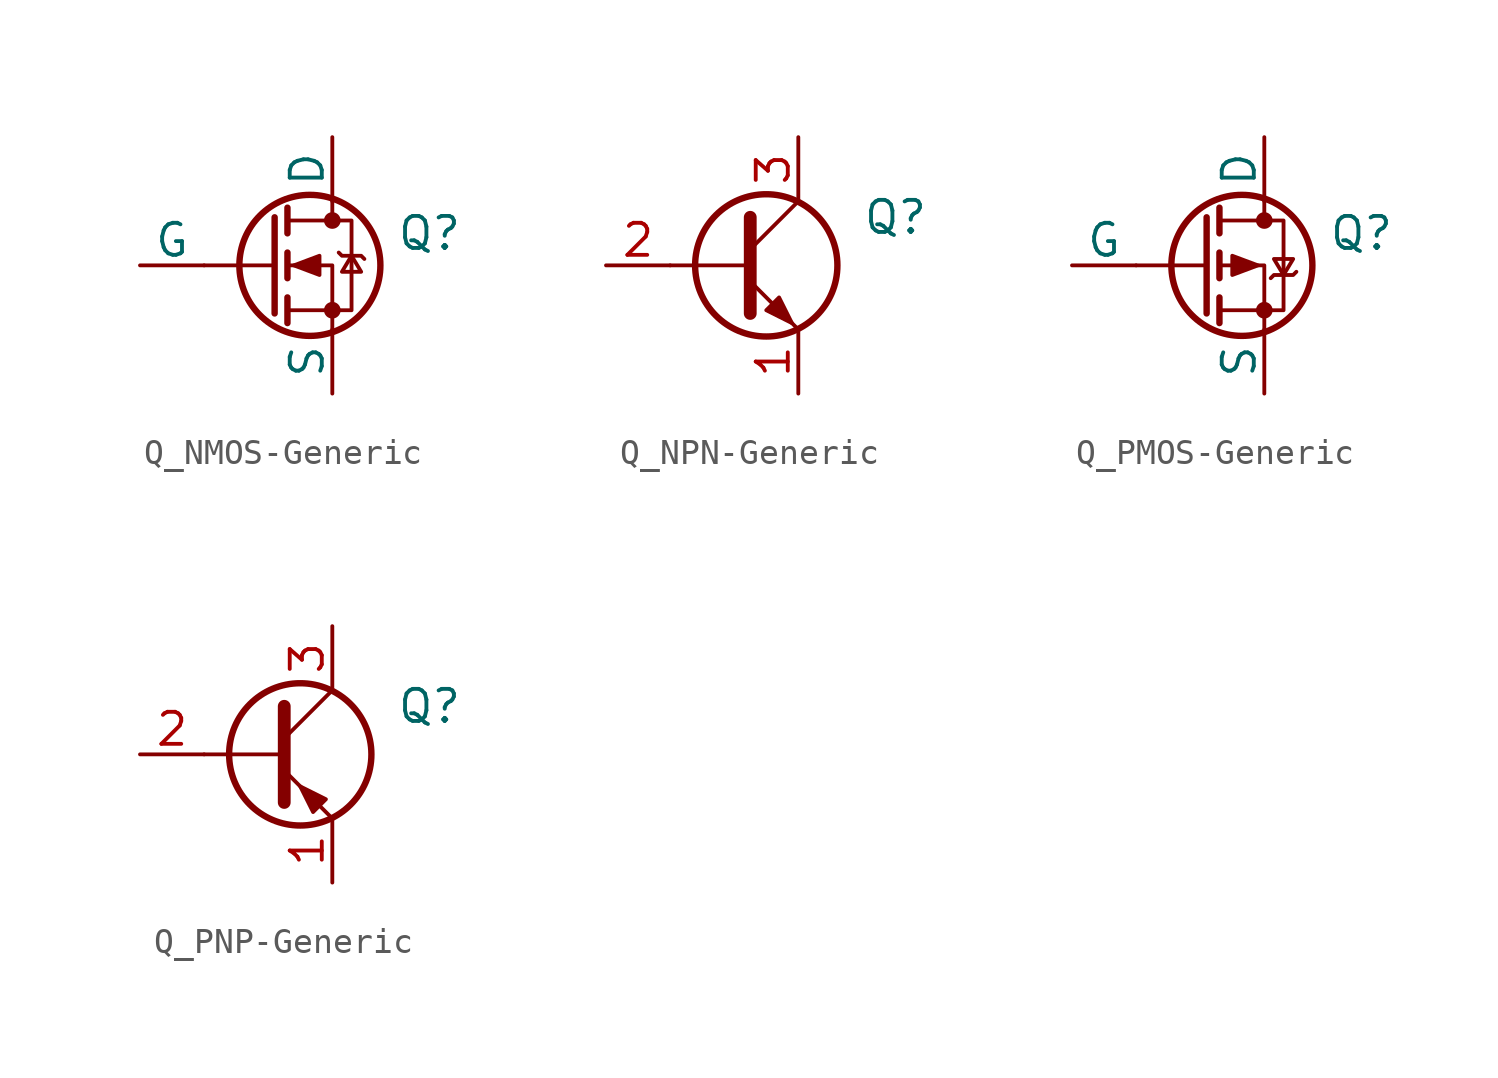
<source format=kicad_sym>
(kicad_symbol_lib
  (version 20241209)
  (generator "kicad_symbol_editor")
  (generator_version "9.0")
  (symbol "Q_NMOS-Generic"
    (pin_numbers
      (hide yes))
    (pin_names
      (offset 0))
    (property "Reference" "Q"
      (at 5.08 1.27 0)
      (effects (font (size 1.27 1.27)) (justify left)))
    (property "Value" ""
      (at 5.08 -1.27 0)
      (effects (font (size 1.27 1.27)) (justify left)))
    (symbol "Q_NMOS-Generic_0_1"
      (polyline (pts (xy 0.254 1.905) (xy 0.254 -1.905)) (stroke (width 0.254) (type default)) (fill (type none)))
      (polyline (pts (xy 0.254 0) (xy -2.54 0)) (stroke (width 0) (type default)) (fill (type none)))
      (polyline (pts (xy 0.762 2.286) (xy 0.762 1.27)) (stroke (width 0.254) (type default)) (fill (type none)))
      (polyline (pts (xy 0.762 0.508) (xy 0.762 -0.508)) (stroke (width 0.254) (type default)) (fill (type none)))
      (polyline (pts (xy 0.762 -1.27) (xy 0.762 -2.286)) (stroke (width 0.254) (type default)) (fill (type none)))
      (polyline (pts (xy 0.762 -1.778) (xy 3.302 -1.778) (xy 3.302 1.778) (xy 0.762 1.778)) (stroke (width 0) (type default)) (fill (type none)))
      (polyline (pts (xy 1.016 0) (xy 2.032 0.381) (xy 2.032 -0.381) (xy 1.016 0)) (stroke (width 0) (type default)) (fill (type outline)))
      (circle (center 1.651 0) (radius 2.794) (stroke (width 0.254) (type default)) (fill (type none)))
      (polyline (pts (xy 2.54 2.54) (xy 2.54 1.778)) (stroke (width 0) (type default)) (fill (type none)))
      (circle (center 2.54 1.778) (radius 0.254) (stroke (width 0) (type default)) (fill (type outline)))
      (circle (center 2.54 -1.778) (radius 0.254) (stroke (width 0) (type default)) (fill (type outline)))
      (polyline (pts (xy 2.54 -2.54) (xy 2.54 0) (xy 0.762 0)) (stroke (width 0) (type default)) (fill (type none)))
      (polyline (pts (xy 2.794 0.508) (xy 2.921 0.381) (xy 3.683 0.381) (xy 3.81 0.254)) (stroke (width 0) (type default)) (fill (type none)))
      (polyline (pts (xy 3.302 0.381) (xy 2.921 -0.254) (xy 3.683 -0.254) (xy 3.302 0.381)) (stroke (width 0) (type default)) (fill (type none))))
    (symbol "Q_NMOS-Generic_1_1"
      (pin input line (at -5.08 0 0) (length 2.54) (name "G" (effects (font (size 1.27 1.27)))) (number "2" (effects (font (size 1.27 1.27)))))
      (pin passive line (at 2.54 5.08 270) (length 2.54) (name "D" (effects (font (size 1.27 1.27)))) (number "1" (effects (font (size 1.27 1.27)))))
      (pin passive line (at 2.54 -5.08 90) (length 2.54) (name "S" (effects (font (size 1.27 1.27)))) (number "3" (effects (font (size 1.27 1.27)))))))
  (symbol "Q_NPN-Generic"
    (pin_names
      (offset 0)
      (hide yes))
    (property "Reference" "Q"
      (at 5.08 1.905 0)
      (effects (font (size 1.27 1.27)) (justify left)))
    (property "Value" ""
      (at 5.08 0 0)
      (effects (font (size 1.27 1.27)) (justify left)))
    (symbol "Q_NPN-Generic_0_1"
      (polyline (pts (xy -2.54 0) (xy 0.635 0)) (stroke (width 0) (type default)) (fill (type none)))
      (polyline (pts (xy 0.635 1.905) (xy 0.635 -1.905)) (stroke (width 0.508) (type default)) (fill (type none)))
      (circle (center 1.27 0) (radius 2.819) (stroke (width 0.254) (type default)) (fill (type none))))
    (symbol "Q_NPN-Generic_1_1"
      (polyline (pts (xy 0.635 0.635) (xy 2.54 2.54)) (stroke (width 0) (type default)) (fill (type none)))
      (polyline (pts (xy 0.635 -0.635) (xy 2.54 -2.54)) (stroke (width 0) (type default)) (fill (type none)))
      (polyline (pts (xy 1.27 -1.778) (xy 1.778 -1.27) (xy 2.286 -2.286) (xy 1.27 -1.778)) (stroke (width 0) (type default)) (fill (type outline)))
      (pin input line (at -5.08 0 0) (length 2.54) (name "B" (effects (font (size 1.27 1.27)))) (number "2" (effects (font (size 1.27 1.27)))))
      (pin passive line (at 2.54 5.08 270) (length 2.54) (name "C" (effects (font (size 1.27 1.27)))) (number "3" (effects (font (size 1.27 1.27)))))
      (pin passive line (at 2.54 -5.08 90) (length 2.54) (name "E" (effects (font (size 1.27 1.27)))) (number "1" (effects (font (size 1.27 1.27)))))))
  (symbol "Q_PMOS-Generic"
    (pin_numbers
      (hide yes))
    (pin_names
      (offset 0))
    (property "Reference" "Q"
      (at 5.08 1.27 0)
      (effects (font (size 1.27 1.27)) (justify left)))
    (symbol "Q_PMOS-Generic_0_1"
      (polyline (pts (xy 0.254 1.905) (xy 0.254 -1.905)) (stroke (width 0.254) (type default)) (fill (type none)))
      (polyline (pts (xy 0.254 0) (xy -2.54 0)) (stroke (width 0) (type default)) (fill (type none)))
      (polyline (pts (xy 0.762 2.286) (xy 0.762 1.27)) (stroke (width 0.254) (type default)) (fill (type none)))
      (polyline (pts (xy 0.762 1.778) (xy 3.302 1.778) (xy 3.302 -1.778) (xy 0.762 -1.778)) (stroke (width 0) (type default)) (fill (type none)))
      (polyline (pts (xy 0.762 0.508) (xy 0.762 -0.508)) (stroke (width 0.254) (type default)) (fill (type none)))
      (polyline (pts (xy 0.762 -1.27) (xy 0.762 -2.286)) (stroke (width 0.254) (type default)) (fill (type none)))
      (circle (center 1.651 0) (radius 2.794) (stroke (width 0.254) (type default)) (fill (type none)))
      (polyline (pts (xy 2.286 0) (xy 1.27 0.381) (xy 1.27 -0.381) (xy 2.286 0)) (stroke (width 0) (type default)) (fill (type outline)))
      (polyline (pts (xy 2.54 2.54) (xy 2.54 1.778)) (stroke (width 0) (type default)) (fill (type none)))
      (circle (center 2.54 1.778) (radius 0.254) (stroke (width 0) (type default)) (fill (type outline)))
      (circle (center 2.54 -1.778) (radius 0.254) (stroke (width 0) (type default)) (fill (type outline)))
      (polyline (pts (xy 2.54 -2.54) (xy 2.54 0) (xy 0.762 0)) (stroke (width 0) (type default)) (fill (type none)))
      (polyline (pts (xy 2.794 -0.508) (xy 2.921 -0.381) (xy 3.683 -0.381) (xy 3.81 -0.254)) (stroke (width 0) (type default)) (fill (type none)))
      (polyline (pts (xy 3.302 -0.381) (xy 2.921 0.254) (xy 3.683 0.254) (xy 3.302 -0.381)) (stroke (width 0) (type default)) (fill (type none))))
    (symbol "Q_PMOS-Generic_1_1"
      (pin input line (at -5.08 0 0) (length 2.54) (name "G" (effects (font (size 1.27 1.27)))) (number "2" (effects (font (size 1.27 1.27)))))
      (pin passive line (at 2.54 5.08 270) (length 2.54) (name "D" (effects (font (size 1.27 1.27)))) (number "1" (effects (font (size 1.27 1.27)))))
      (pin passive line (at 2.54 -5.08 90) (length 2.54) (name "S" (effects (font (size 1.27 1.27)))) (number "3" (effects (font (size 1.27 1.27)))))))
  (symbol "Q_PNP-Generic"
    (pin_names
      (offset 0)
      (hide yes))
    (property "Reference" "Q"
      (at 5.08 1.905 0)
      (effects (font (size 1.27 1.27)) (justify left)))
    (symbol "Q_PNP-Generic_0_1"
      (polyline (pts (xy -2.54 0) (xy 0.635 0)) (stroke (width 0) (type default)) (fill (type none)))
      (polyline (pts (xy 0.635 1.905) (xy 0.635 -1.905)) (stroke (width 0.508) (type default)) (fill (type none)))
      (polyline (pts (xy 0.635 0.635) (xy 2.54 2.54)) (stroke (width 0) (type default)) (fill (type none)))
      (polyline (pts (xy 0.635 -0.635) (xy 2.54 -2.54)) (stroke (width 0) (type default)) (fill (type none)))
      (circle (center 1.27 0) (radius 2.819) (stroke (width 0.254) (type default)) (fill (type none)))
      (polyline (pts (xy 2.286 -1.778) (xy 1.778 -2.286) (xy 1.27 -1.27) (xy 2.286 -1.778)) (stroke (width 0) (type default)) (fill (type outline))))
    (symbol "Q_PNP-Generic_1_1"
      (pin input line (at -5.08 0 0) (length 2.54) (name "B" (effects (font (size 1.27 1.27)))) (number "2" (effects (font (size 1.27 1.27)))))
      (pin passive line (at 2.54 5.08 270) (length 2.54) (name "C" (effects (font (size 1.27 1.27)))) (number "3" (effects (font (size 1.27 1.27)))))
      (pin passive line (at 2.54 -5.08 90) (length 2.54) (name "E" (effects (font (size 1.27 1.27)))) (number "1" (effects (font (size 1.27 1.27))))))))
</source>
